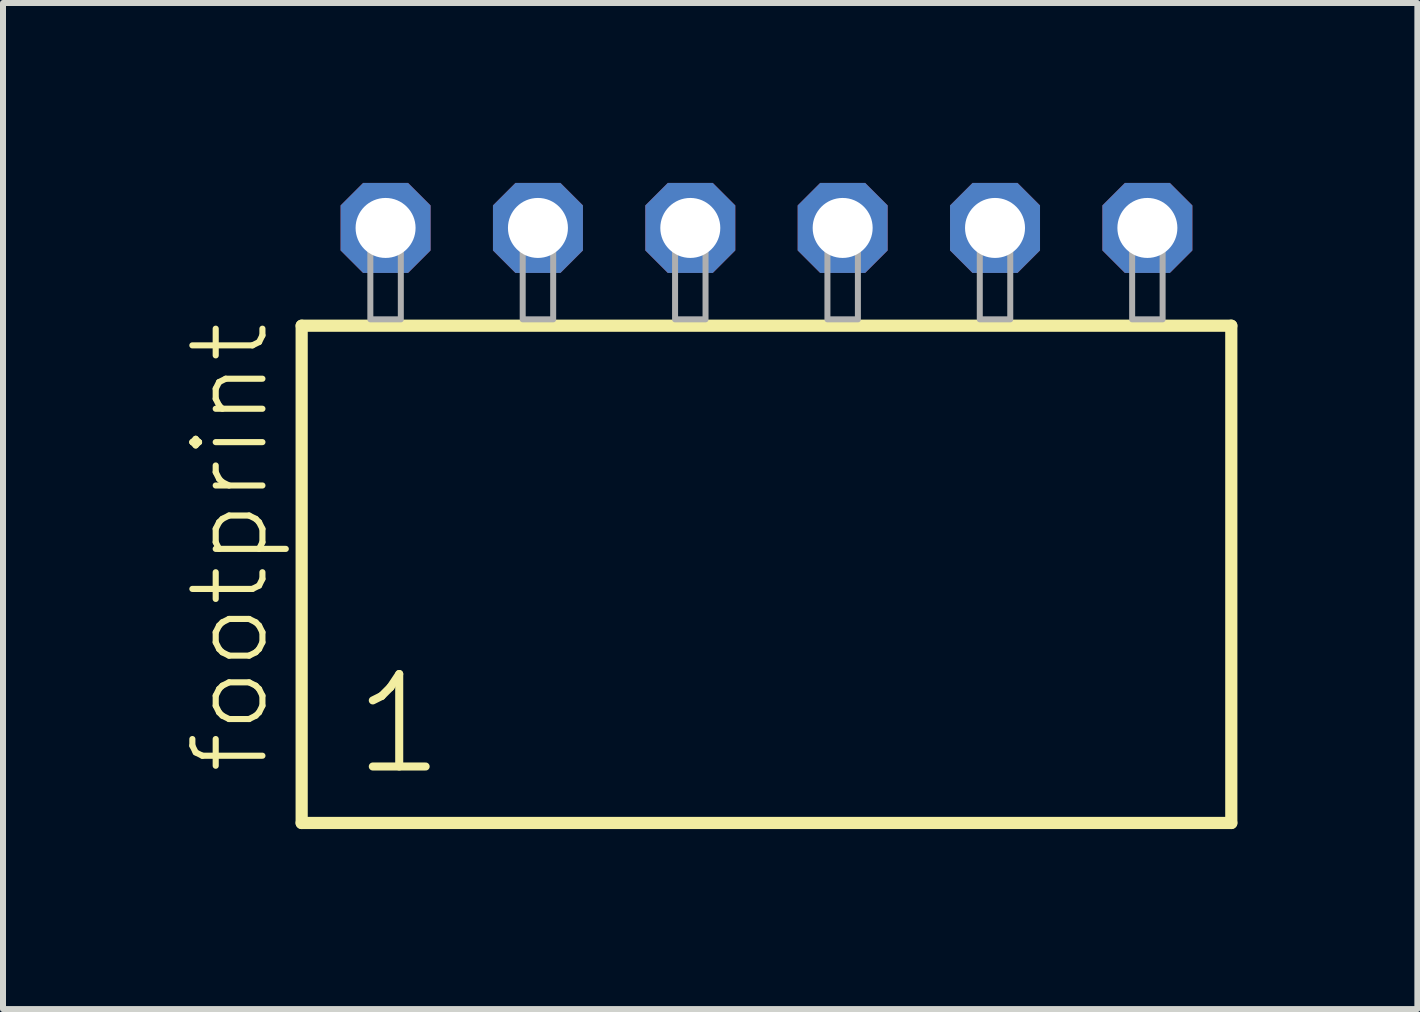
<source format=kicad_pcb>
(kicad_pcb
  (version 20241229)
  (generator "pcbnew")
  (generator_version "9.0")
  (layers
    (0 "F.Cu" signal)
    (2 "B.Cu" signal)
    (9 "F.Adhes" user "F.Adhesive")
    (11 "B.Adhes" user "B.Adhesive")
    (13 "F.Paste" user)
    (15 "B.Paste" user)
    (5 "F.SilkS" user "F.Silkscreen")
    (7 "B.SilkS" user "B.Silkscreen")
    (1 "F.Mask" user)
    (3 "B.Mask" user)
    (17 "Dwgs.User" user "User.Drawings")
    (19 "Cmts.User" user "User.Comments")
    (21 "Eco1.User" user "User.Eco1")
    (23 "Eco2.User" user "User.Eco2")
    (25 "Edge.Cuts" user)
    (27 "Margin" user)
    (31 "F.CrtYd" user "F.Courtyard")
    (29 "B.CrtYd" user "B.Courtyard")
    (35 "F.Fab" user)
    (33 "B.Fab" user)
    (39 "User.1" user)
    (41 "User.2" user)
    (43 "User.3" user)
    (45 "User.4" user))
  (footprint "footprint"
    (layer "F.Cu")
    (at 9.728 2.274)
    (property "Reference" "footprint" (at -8.255 7.62 90) (layer "F.SilkS") (effects (font (size 1.168 1.168) (thickness 0.102)) (justify left bottom)))
    (fp_line (start -7.749 0.106) (end -7.749 8.396) (stroke (width 0.203) (type solid)) (layer "F.SilkS"))
    (fp_line (start -7.749 8.396) (end 7.749 8.396) (stroke (width 0.203) (type solid)) (layer "F.SilkS"))
    (fp_line (start 7.749 0.106) (end -7.749 0.106) (stroke (width 0.203) (type solid)) (layer "F.SilkS"))
    (fp_line (start 7.749 8.396) (end 7.749 0.106) (stroke (width 0.203) (type solid)) (layer "F.SilkS"))
    (fp_poly (pts (xy -6.604 0) (xy -6.096 0) (xy -6.096 -1.778) (xy -6.604 -1.778)) (stroke (width 0.1) (type solid)) (fill no) (layer "F.Fab"))
    (fp_poly (pts (xy -4.064 0) (xy -3.556 0) (xy -3.556 -1.778) (xy -4.064 -1.778)) (stroke (width 0.1) (type solid)) (fill no) (layer "F.Fab"))
    (fp_poly (pts (xy -1.524 0) (xy -1.016 0) (xy -1.016 -1.778) (xy -1.524 -1.778)) (stroke (width 0.1) (type solid)) (fill no) (layer "F.Fab"))
    (fp_poly (pts (xy 1.016 0) (xy 1.524 0) (xy 1.524 -1.778) (xy 1.016 -1.778)) (stroke (width 0.1) (type solid)) (fill no) (layer "F.Fab"))
    (fp_poly (pts (xy 3.556 0) (xy 4.064 0) (xy 4.064 -1.778) (xy 3.556 -1.778)) (stroke (width 0.1) (type solid)) (fill no) (layer "F.Fab"))
    (fp_poly (pts (xy 6.096 0) (xy 6.604 0) (xy 6.604 -1.778) (xy 6.096 -1.778)) (stroke (width 0.1) (type solid)) (fill no) (layer "F.Fab"))
    (fp_text user "1" (at -6.945 7.65 0) (layer "F.SilkS") (effects (font (size 1.542 1.542) (thickness 0.134)) (justify left bottom)))
    (pad "1" thru_hole roundrect (at -6.35 -1.524) (size 1.5 1.5) (drill 1) (layers "*.Cu" "*.Mask") (roundrect_rratio 0.25) (chamfer_ratio 0.25) (chamfer top_left top_right bottom_left bottom_right))
    (pad "2" thru_hole roundrect (at -3.81 -1.524) (size 1.5 1.5) (drill 1) (layers "*.Cu" "*.Mask") (roundrect_rratio 0.25) (chamfer_ratio 0.25) (chamfer top_left top_right bottom_left bottom_right))
    (pad "3" thru_hole roundrect (at -1.27 -1.524) (size 1.5 1.5) (drill 1) (layers "*.Cu" "*.Mask") (roundrect_rratio 0.25) (chamfer_ratio 0.25) (chamfer top_left top_right bottom_left bottom_right))
    (pad "4" thru_hole roundrect (at 1.27 -1.524) (size 1.5 1.5) (drill 1) (layers "*.Cu" "*.Mask") (roundrect_rratio 0.25) (chamfer_ratio 0.25) (chamfer top_left top_right bottom_left bottom_right))
    (pad "5" thru_hole roundrect (at 3.81 -1.524) (size 1.5 1.5) (drill 1) (layers "*.Cu" "*.Mask") (roundrect_rratio 0.25) (chamfer_ratio 0.25) (chamfer top_left top_right bottom_left bottom_right))
    (pad "6" thru_hole roundrect (at 6.35 -1.524) (size 1.5 1.5) (drill 1) (layers "*.Cu" "*.Mask") (roundrect_rratio 0.25) (chamfer_ratio 0.25) (chamfer top_left top_right bottom_left bottom_right)))
  (gr_rect
    (start -3 -3)
    (end 20.579 13.772)
    (stroke (width 0.1) (type default))
    (fill no)
    (layer "Edge.Cuts")))
</source>
